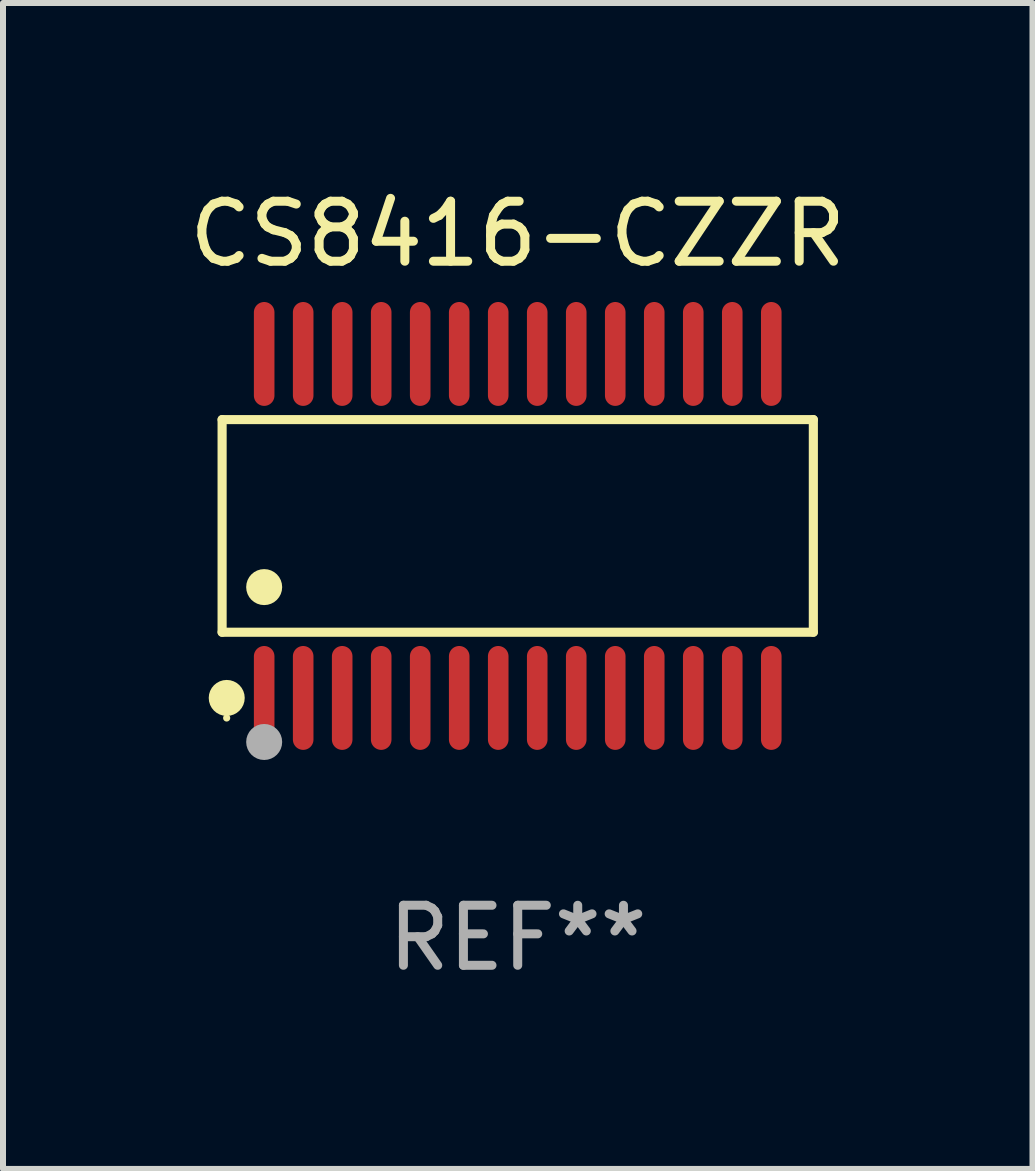
<source format=kicad_pcb>
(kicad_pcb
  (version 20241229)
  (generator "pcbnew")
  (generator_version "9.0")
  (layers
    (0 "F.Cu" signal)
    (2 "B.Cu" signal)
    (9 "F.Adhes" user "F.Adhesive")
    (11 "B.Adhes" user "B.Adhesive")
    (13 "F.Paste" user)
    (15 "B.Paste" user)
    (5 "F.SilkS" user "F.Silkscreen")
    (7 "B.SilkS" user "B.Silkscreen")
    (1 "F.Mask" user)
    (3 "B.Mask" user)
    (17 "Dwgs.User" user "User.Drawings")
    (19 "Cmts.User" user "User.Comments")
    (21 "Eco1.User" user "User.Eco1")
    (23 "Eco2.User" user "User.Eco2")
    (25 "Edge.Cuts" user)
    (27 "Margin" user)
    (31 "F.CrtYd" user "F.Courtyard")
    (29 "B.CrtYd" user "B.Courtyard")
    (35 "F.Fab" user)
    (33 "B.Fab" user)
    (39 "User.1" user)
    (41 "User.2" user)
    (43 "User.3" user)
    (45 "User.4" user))
  (footprint "CS8416-CZZR"
    (layer "F.Cu")
    (at 5.577 5.714)
    (property "Reference" "CS8416-CZZR" (at 0 -4.866 0) (layer "F.SilkS") (effects (font (size 1 1) (thickness 0.15))))
    (attr through_hole)
    (fp_line (start -4.926 -1.772) (end 4.926 -1.772) (stroke (width 0.152) (type solid)) (layer "F.SilkS"))
    (fp_line (start -4.926 1.771) (end -4.926 -1.772) (stroke (width 0.152) (type solid)) (layer "F.SilkS"))
    (fp_line (start 4.926 -1.772) (end 4.926 1.771) (stroke (width 0.152) (type solid)) (layer "F.SilkS"))
    (fp_line (start 4.926 1.771) (end -4.926 1.771) (stroke (width 0.152) (type solid)) (layer "F.SilkS"))
    (fp_circle (center -4.85 3.2) (end -4.82 3.2) (stroke (width 0.06) (type solid)) (fill no) (layer "F.SilkS"))
    (fp_circle (center -4.849 2.866) (end -4.699 2.866) (stroke (width 0.3) (type solid)) (fill no) (layer "F.SilkS"))
    (fp_circle (center -4.225 1.019) (end -4.075 1.019) (stroke (width 0.3) (type solid)) (fill no) (layer "F.SilkS"))
    (fp_circle (center -4.225 3.6) (end -4.075 3.6) (stroke (width 0.3) (type solid)) (fill no) (layer "F.Fab"))
    (fp_text user "REF**" (at 0 6.866 0) (layer "F.Fab") (effects (font (size 1 1) (thickness 0.15))))
    (pad "1" smd oval (at -4.225 2.866) (size 0.343 1.731) (layers "F.Cu" "F.Mask" "F.Paste"))
    (pad "2" smd oval (at -3.575 2.866) (size 0.343 1.731) (layers "F.Cu" "F.Mask" "F.Paste"))
    (pad "3" smd oval (at -2.925 2.866) (size 0.343 1.731) (layers "F.Cu" "F.Mask" "F.Paste"))
    (pad "4" smd oval (at -2.275 2.866) (size 0.343 1.731) (layers "F.Cu" "F.Mask" "F.Paste"))
    (pad "5" smd oval (at -1.625 2.866) (size 0.343 1.731) (layers "F.Cu" "F.Mask" "F.Paste"))
    (pad "6" smd oval (at -0.975 2.866) (size 0.343 1.731) (layers "F.Cu" "F.Mask" "F.Paste"))
    (pad "7" smd oval (at -0.325 2.866) (size 0.343 1.731) (layers "F.Cu" "F.Mask" "F.Paste"))
    (pad "8" smd oval (at 0.325 2.866) (size 0.343 1.731) (layers "F.Cu" "F.Mask" "F.Paste"))
    (pad "9" smd oval (at 0.975 2.866) (size 0.343 1.731) (layers "F.Cu" "F.Mask" "F.Paste"))
    (pad "10" smd oval (at 1.625 2.866) (size 0.343 1.731) (layers "F.Cu" "F.Mask" "F.Paste"))
    (pad "11" smd oval (at 2.275 2.866) (size 0.343 1.731) (layers "F.Cu" "F.Mask" "F.Paste"))
    (pad "12" smd oval (at 2.925 2.866) (size 0.343 1.731) (layers "F.Cu" "F.Mask" "F.Paste"))
    (pad "13" smd oval (at 3.575 2.866) (size 0.343 1.731) (layers "F.Cu" "F.Mask" "F.Paste"))
    (pad "14" smd oval (at 4.225 2.866) (size 0.343 1.731) (layers "F.Cu" "F.Mask" "F.Paste"))
    (pad "15" smd oval (at 4.225 -2.866) (size 0.343 1.731) (layers "F.Cu" "F.Mask" "F.Paste"))
    (pad "16" smd oval (at 3.575 -2.866) (size 0.343 1.731) (layers "F.Cu" "F.Mask" "F.Paste"))
    (pad "17" smd oval (at 2.925 -2.866) (size 0.343 1.731) (layers "F.Cu" "F.Mask" "F.Paste"))
    (pad "18" smd oval (at 2.275 -2.866) (size 0.343 1.731) (layers "F.Cu" "F.Mask" "F.Paste"))
    (pad "19" smd oval (at 1.625 -2.866) (size 0.343 1.731) (layers "F.Cu" "F.Mask" "F.Paste"))
    (pad "20" smd oval (at 0.975 -2.866) (size 0.343 1.731) (layers "F.Cu" "F.Mask" "F.Paste"))
    (pad "21" smd oval (at 0.325 -2.866) (size 0.343 1.731) (layers "F.Cu" "F.Mask" "F.Paste"))
    (pad "22" smd oval (at -0.325 -2.866) (size 0.343 1.731) (layers "F.Cu" "F.Mask" "F.Paste"))
    (pad "23" smd oval (at -0.975 -2.866) (size 0.343 1.731) (layers "F.Cu" "F.Mask" "F.Paste"))
    (pad "24" smd oval (at -1.625 -2.866) (size 0.343 1.731) (layers "F.Cu" "F.Mask" "F.Paste"))
    (pad "25" smd oval (at -2.275 -2.866) (size 0.343 1.731) (layers "F.Cu" "F.Mask" "F.Paste"))
    (pad "26" smd oval (at -2.925 -2.866) (size 0.343 1.731) (layers "F.Cu" "F.Mask" "F.Paste"))
    (pad "27" smd oval (at -3.575 -2.866) (size 0.343 1.731) (layers "F.Cu" "F.Mask" "F.Paste"))
    (pad "28" smd oval (at -4.225 -2.866) (size 0.343 1.731) (layers "F.Cu" "F.Mask" "F.Paste")))
  (gr_rect
    (start -3 -3)
    (end 14.155 16.428)
    (stroke (width 0.1) (type default))
    (fill no)
    (layer "Edge.Cuts")))
</source>
